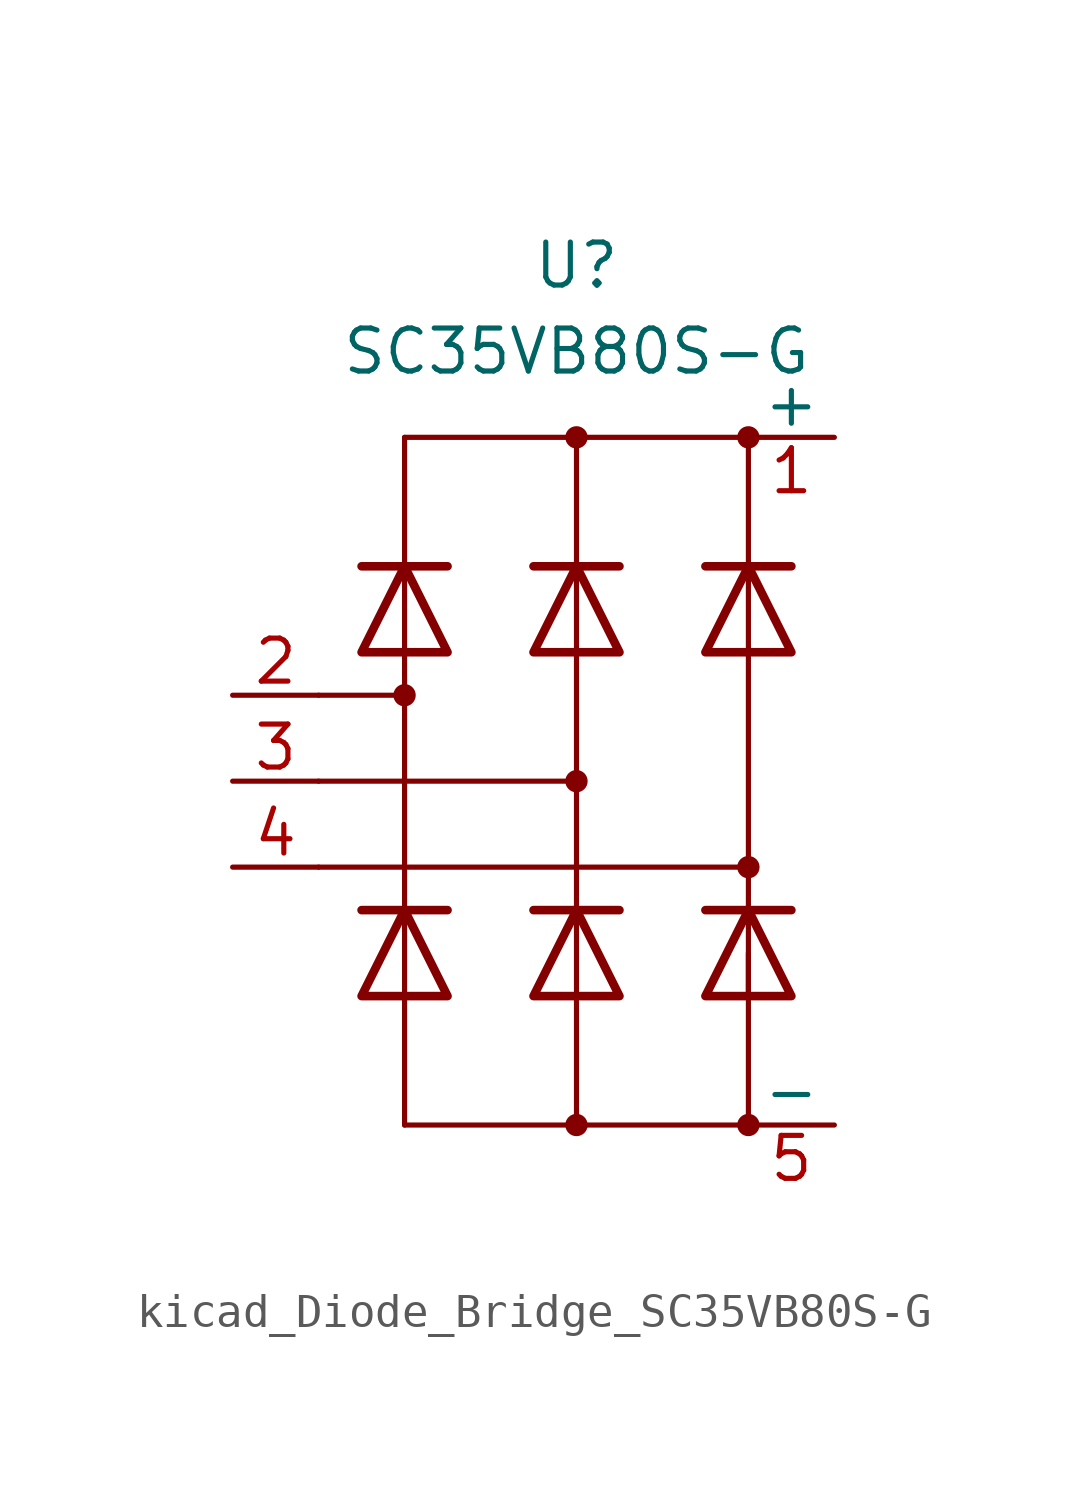
<source format=kicad_sym>
(kicad_symbol_lib
  (version 20220914)
  (generator kicad_symbol_editor)
  (symbol "kicad_Diode_Bridge_SC35VB80S-G"
    (pin_names
      (offset 0))
    (property "Reference" "U"
      (at 0 15.24 0)
      (effects (font (size 1.27 1.27))))
    (property "Value" "SC35VB80S-G"
      (at 0 12.7 0)
      (effects (font (size 1.27 1.27))))
    (symbol "kicad_Diode_Bridge_SC35VB80S-G_1_1"
      (circle (center -5.08 2.54) (radius 0.254) (stroke (width 0) (type default)) (fill (type outline)))
      (circle (center 0 -10.16) (radius 0.254) (stroke (width 0) (type default)) (fill (type outline)))
      (polyline (pts (xy -7.62 -2.54) (xy 5.08 -2.54)) (stroke (width 0) (type default)) (fill (type none)))
      (polyline (pts (xy -7.62 0) (xy 0 0)) (stroke (width 0) (type default)) (fill (type none)))
      (polyline (pts (xy -7.62 2.54) (xy -5.08 2.54)) (stroke (width 0) (type default)) (fill (type none)))
      (polyline (pts (xy -5.08 -10.16) (xy 5.08 -10.16)) (stroke (width 0) (type default)) (fill (type none)))
      (polyline (pts (xy -5.08 -6.35) (xy -5.08 -10.16)) (stroke (width 0) (type default)) (fill (type none)))
      (polyline (pts (xy -5.08 -6.35) (xy -5.08 -3.81)) (stroke (width 0) (type default)) (fill (type none)))
      (polyline (pts (xy -5.08 3.81) (xy -5.08 -3.81)) (stroke (width 0) (type default)) (fill (type none)))
      (polyline (pts (xy -5.08 3.81) (xy -5.08 6.35)) (stroke (width 0) (type default)) (fill (type none)))
      (polyline (pts (xy -5.08 10.16) (xy -5.08 6.35)) (stroke (width 0) (type default)) (fill (type none)))
      (polyline (pts (xy -5.08 10.16) (xy 5.08 10.16)) (stroke (width 0) (type default)) (fill (type none)))
      (polyline (pts (xy -3.81 -3.81) (xy -6.35 -3.81)) (stroke (width 0.254) (type default)) (fill (type none)))
      (polyline (pts (xy -3.81 6.35) (xy -6.35 6.35)) (stroke (width 0.254) (type default)) (fill (type none)))
      (polyline (pts (xy 0 -6.35) (xy 0 -10.16)) (stroke (width 0) (type default)) (fill (type none)))
      (polyline (pts (xy 0 -6.35) (xy 0 -3.81)) (stroke (width 0) (type default)) (fill (type none)))
      (polyline (pts (xy 0 3.81) (xy 0 -3.81)) (stroke (width 0) (type default)) (fill (type none)))
      (polyline (pts (xy 0 3.81) (xy 0 6.35)) (stroke (width 0) (type default)) (fill (type none)))
      (polyline (pts (xy 0 6.35) (xy 0 10.16)) (stroke (width 0) (type default)) (fill (type none)))
      (polyline (pts (xy 1.27 -3.81) (xy -1.27 -3.81)) (stroke (width 0.254) (type default)) (fill (type none)))
      (polyline (pts (xy 1.27 6.35) (xy -1.27 6.35)) (stroke (width 0.254) (type default)) (fill (type none)))
      (polyline (pts (xy 5.08 -10.16) (xy 5.08 -5.08)) (stroke (width 0) (type default)) (fill (type none)))
      (polyline (pts (xy 5.08 -6.35) (xy 5.08 -3.81)) (stroke (width 0) (type default)) (fill (type none)))
      (polyline (pts (xy 5.08 3.81) (xy 5.08 -3.81)) (stroke (width 0) (type default)) (fill (type none)))
      (polyline (pts (xy 5.08 3.81) (xy 5.08 6.35)) (stroke (width 0) (type default)) (fill (type none)))
      (polyline (pts (xy 5.08 10.16) (xy 5.08 6.35)) (stroke (width 0) (type default)) (fill (type none)))
      (polyline (pts (xy 6.35 -3.81) (xy 3.81 -3.81)) (stroke (width 0.254) (type default)) (fill (type none)))
      (polyline (pts (xy 6.35 6.35) (xy 3.81 6.35)) (stroke (width 0.254) (type default)) (fill (type none)))
      (polyline (pts (xy -3.81 -6.35) (xy -6.35 -6.35) (xy -5.08 -3.81) (xy -3.81 -6.35)) (stroke (width 0.254) (type default)) (fill (type none)))
      (polyline (pts (xy -3.81 3.81) (xy -6.35 3.81) (xy -5.08 6.35) (xy -3.81 3.81)) (stroke (width 0.254) (type default)) (fill (type none)))
      (polyline (pts (xy 1.27 -6.35) (xy -1.27 -6.35) (xy 0 -3.81) (xy 1.27 -6.35)) (stroke (width 0.254) (type default)) (fill (type none)))
      (polyline (pts (xy 1.27 3.81) (xy -1.27 3.81) (xy 0 6.35) (xy 1.27 3.81)) (stroke (width 0.254) (type default)) (fill (type none)))
      (polyline (pts (xy 6.35 -6.35) (xy 3.81 -6.35) (xy 5.08 -3.81) (xy 6.35 -6.35)) (stroke (width 0.254) (type default)) (fill (type none)))
      (polyline (pts (xy 6.35 3.81) (xy 3.81 3.81) (xy 5.08 6.35) (xy 6.35 3.81)) (stroke (width 0.254) (type default)) (fill (type none)))
      (circle (center 0 0) (radius 0.254) (stroke (width 0) (type default)) (fill (type outline)))
      (circle (center 0 10.16) (radius 0.254) (stroke (width 0) (type default)) (fill (type outline)))
      (circle (center 5.08 -10.16) (radius 0.254) (stroke (width 0) (type default)) (fill (type outline)))
      (circle (center 5.08 -2.54) (radius 0.254) (stroke (width 0) (type default)) (fill (type outline)))
      (circle (center 5.08 10.16) (radius 0.254) (stroke (width 0) (type default)) (fill (type outline)))
      (pin passive line (at 7.62 10.16 180) (length 2.54) (name "+" (effects (font (size 1.27 1.27)))) (number "1" (effects (font (size 1.27 1.27)))))
      (pin passive line (at -10.16 2.54 0) (length 2.54) (name "~" (effects (font (size 1.27 1.27)))) (number "2" (effects (font (size 1.27 1.27)))))
      (pin passive line (at -10.16 0 0) (length 2.54) (name "~" (effects (font (size 1.27 1.27)))) (number "3" (effects (font (size 1.27 1.27)))))
      (pin passive line (at -10.16 -2.54 0) (length 2.54) (name "~" (effects (font (size 1.27 1.27)))) (number "4" (effects (font (size 1.27 1.27)))))
      (pin passive line (at 7.62 -10.16 180) (length 2.54) (name "-" (effects (font (size 1.27 1.27)))) (number "5" (effects (font (size 1.27 1.27))))))))
</source>
